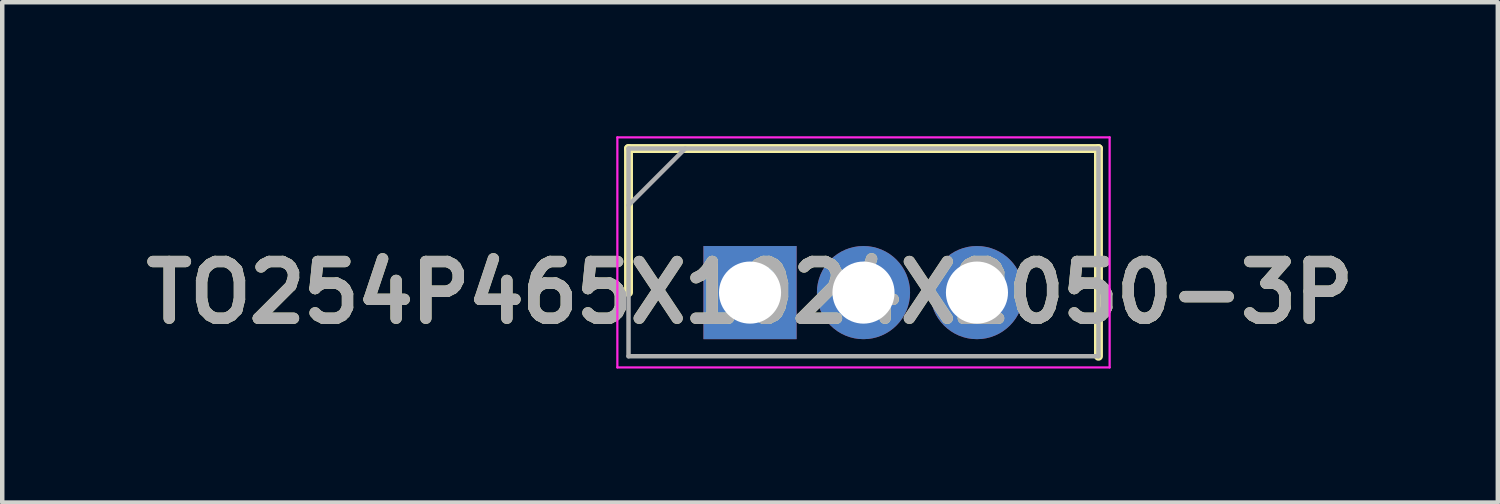
<source format=kicad_pcb>
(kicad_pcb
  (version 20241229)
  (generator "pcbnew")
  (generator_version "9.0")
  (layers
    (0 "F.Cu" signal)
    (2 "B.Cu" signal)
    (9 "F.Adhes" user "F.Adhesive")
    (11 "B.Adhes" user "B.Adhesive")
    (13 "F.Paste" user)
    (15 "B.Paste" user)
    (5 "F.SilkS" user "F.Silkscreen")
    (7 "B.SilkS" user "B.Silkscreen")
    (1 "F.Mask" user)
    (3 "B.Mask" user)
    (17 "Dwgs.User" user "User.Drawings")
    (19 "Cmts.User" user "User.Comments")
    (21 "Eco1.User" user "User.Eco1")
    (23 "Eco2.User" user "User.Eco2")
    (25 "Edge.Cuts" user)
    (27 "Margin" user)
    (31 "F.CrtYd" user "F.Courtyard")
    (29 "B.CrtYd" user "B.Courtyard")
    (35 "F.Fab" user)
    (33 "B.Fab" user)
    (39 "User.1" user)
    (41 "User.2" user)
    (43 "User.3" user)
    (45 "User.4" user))
  (footprint "TO254P465X1024X2050-3P"
    (layer "F.Cu")
    (at 13.74 3.5)
    (property "Reference" "TO254P465X1024X2050-3P" (at 0 0 0) (layer "F.SilkS") (effects (font (size 1.27 1.27) (thickness 0.254))))
    (attr through_hole)
    (fp_line (start -2.72 -3.225) (end -2.72 0) (stroke (width 0.2) (type solid)) (layer "F.SilkS"))
    (fp_line (start 7.8 -3.225) (end -2.72 -3.225) (stroke (width 0.2) (type solid)) (layer "F.SilkS"))
    (fp_line (start 7.8 1.425) (end 7.8 -3.225) (stroke (width 0.2) (type solid)) (layer "F.SilkS"))
    (fp_line (start -2.97 -3.475) (end 8.05 -3.475) (stroke (width 0.05) (type solid)) (layer "F.CrtYd"))
    (fp_line (start -2.97 1.675) (end -2.97 -3.475) (stroke (width 0.05) (type solid)) (layer "F.CrtYd"))
    (fp_line (start 8.05 -3.475) (end 8.05 1.675) (stroke (width 0.05) (type solid)) (layer "F.CrtYd"))
    (fp_line (start 8.05 1.675) (end -2.97 1.675) (stroke (width 0.05) (type solid)) (layer "F.CrtYd"))
    (fp_line (start -2.72 -3.225) (end 7.8 -3.225) (stroke (width 0.1) (type solid)) (layer "F.Fab"))
    (fp_line (start -2.72 -1.955) (end -1.45 -3.225) (stroke (width 0.1) (type solid)) (layer "F.Fab"))
    (fp_line (start -2.72 1.425) (end -2.72 -3.225) (stroke (width 0.1) (type solid)) (layer "F.Fab"))
    (fp_line (start 7.8 -3.225) (end 7.8 1.425) (stroke (width 0.1) (type solid)) (layer "F.Fab"))
    (fp_line (start 7.8 1.425) (end -2.72 1.425) (stroke (width 0.1) (type solid)) (layer "F.Fab"))
    (fp_text user "${REFERENCE}" (at 0 0 0) (layer "F.Fab") (effects (font (size 1.27 1.27) (thickness 0.254))))
    (pad "1" thru_hole rect (at 0 0) (size 2.085 2.085) (drill 1.39) (layers "*.Cu" "*.Mask"))
    (pad "2" thru_hole circle (at 2.54 0) (size 2.085 2.085) (drill 1.39) (layers "*.Cu" "*.Mask"))
    (pad "3" thru_hole circle (at 5.08 0) (size 2.085 2.085) (drill 1.39) (layers "*.Cu" "*.Mask")))
  (gr_rect
    (start -3 -3)
    (end 30.48 8.2)
    (stroke (width 0.1) (type default))
    (fill no)
    (layer "Edge.Cuts")))
</source>
